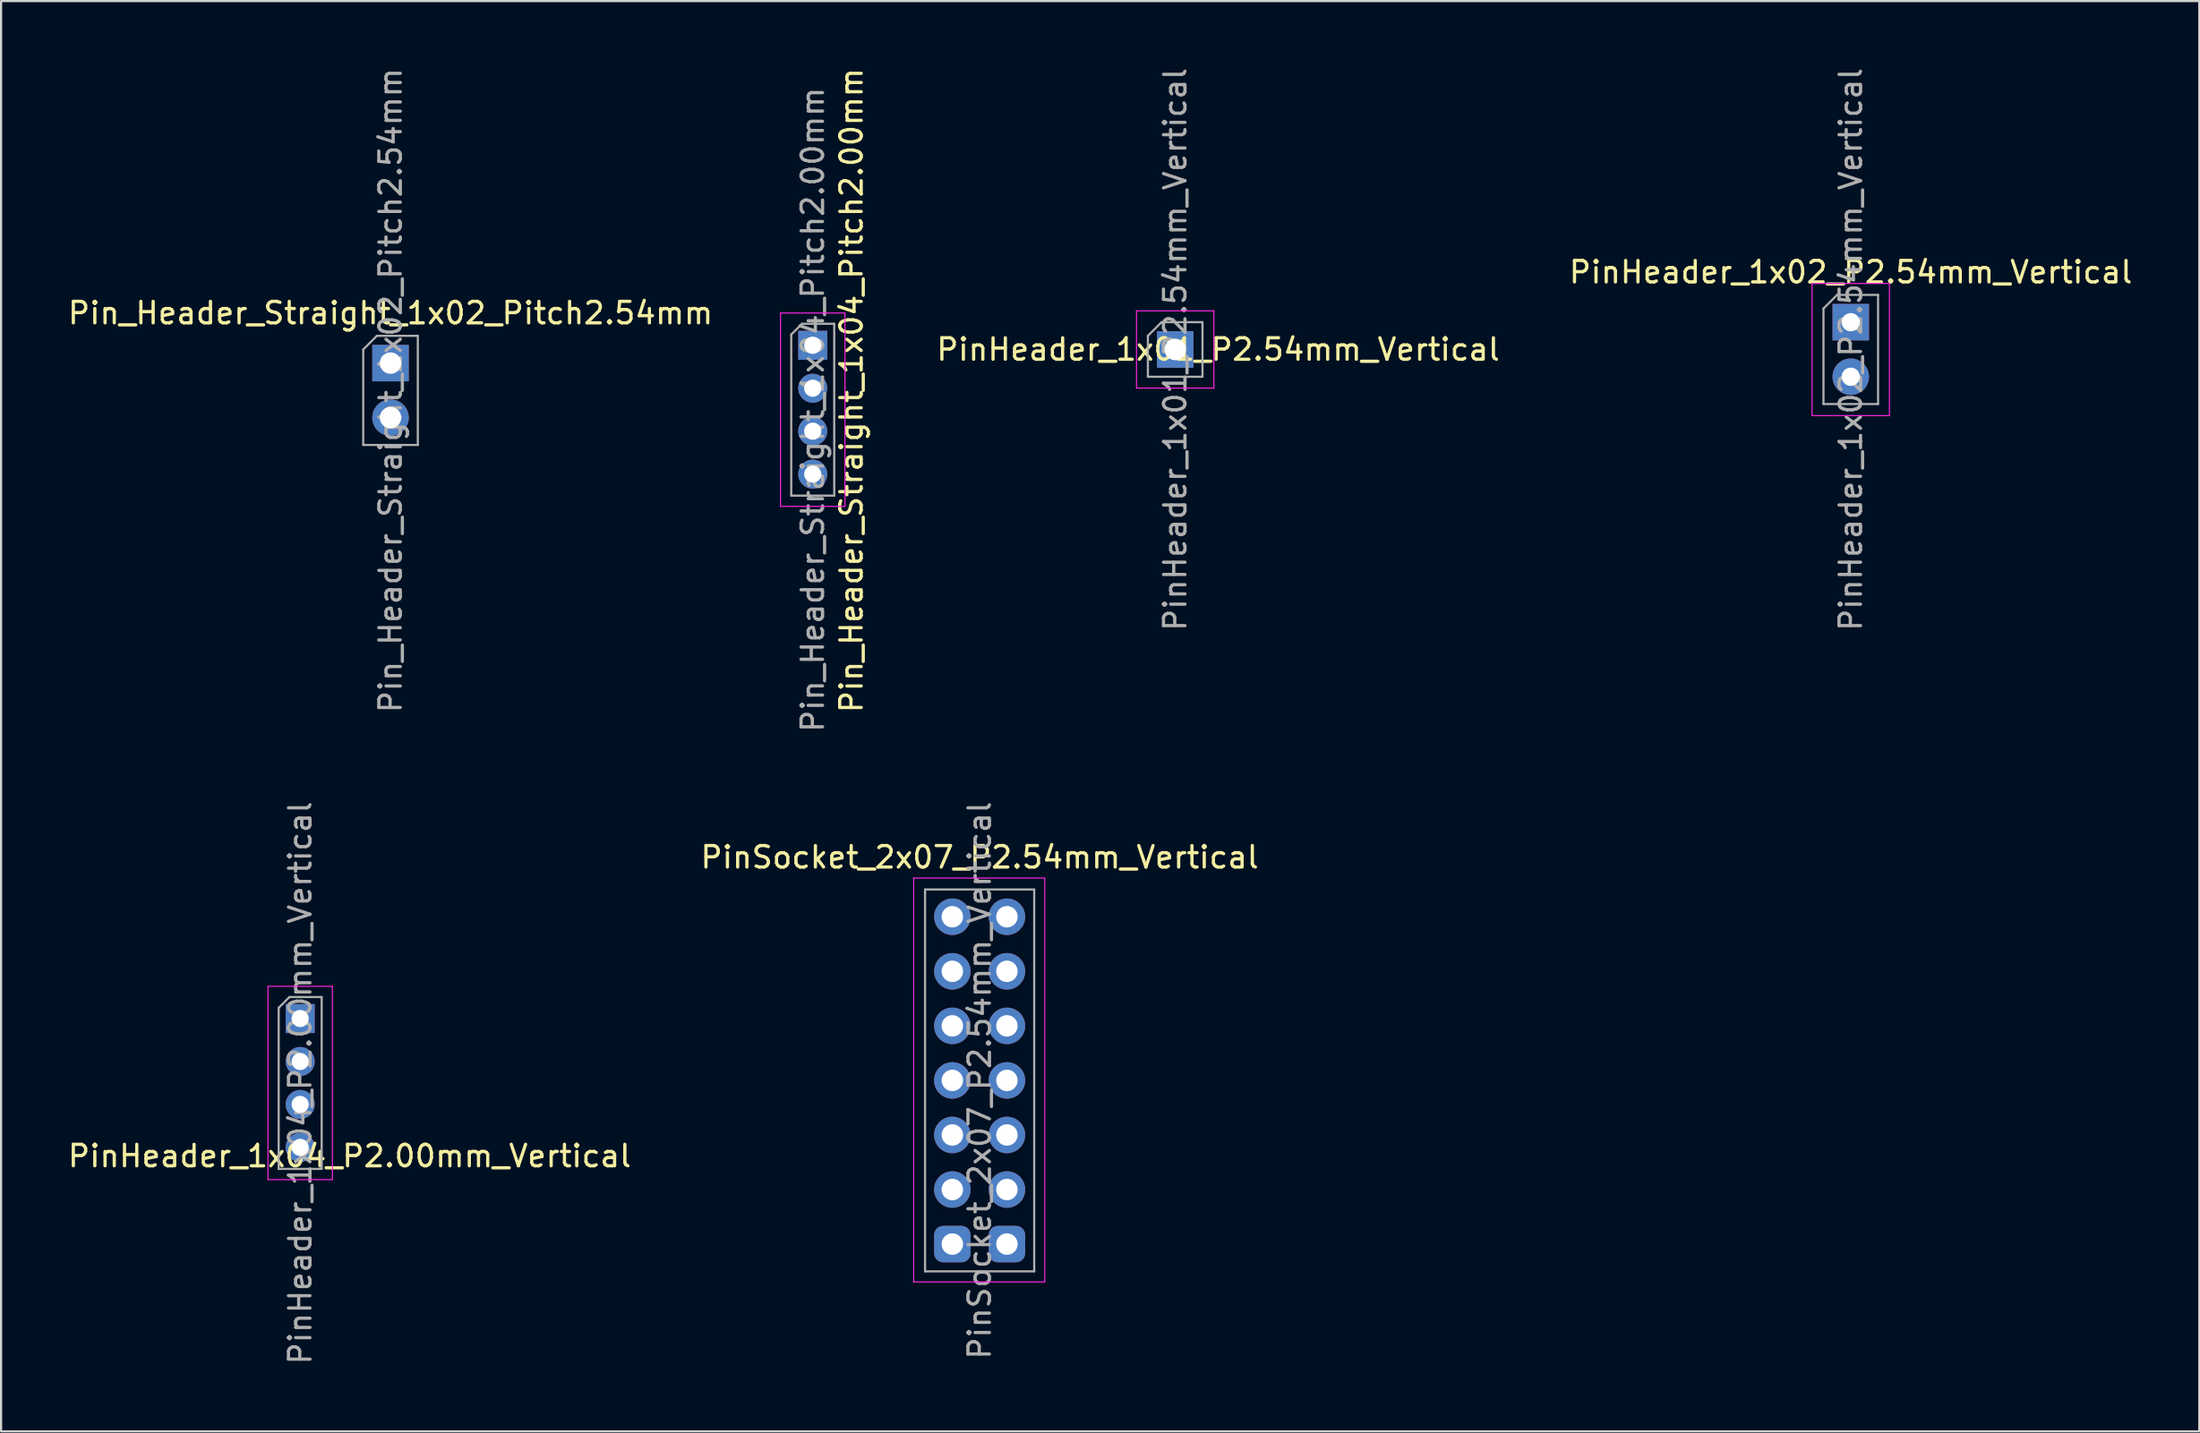
<source format=kicad_pcb>
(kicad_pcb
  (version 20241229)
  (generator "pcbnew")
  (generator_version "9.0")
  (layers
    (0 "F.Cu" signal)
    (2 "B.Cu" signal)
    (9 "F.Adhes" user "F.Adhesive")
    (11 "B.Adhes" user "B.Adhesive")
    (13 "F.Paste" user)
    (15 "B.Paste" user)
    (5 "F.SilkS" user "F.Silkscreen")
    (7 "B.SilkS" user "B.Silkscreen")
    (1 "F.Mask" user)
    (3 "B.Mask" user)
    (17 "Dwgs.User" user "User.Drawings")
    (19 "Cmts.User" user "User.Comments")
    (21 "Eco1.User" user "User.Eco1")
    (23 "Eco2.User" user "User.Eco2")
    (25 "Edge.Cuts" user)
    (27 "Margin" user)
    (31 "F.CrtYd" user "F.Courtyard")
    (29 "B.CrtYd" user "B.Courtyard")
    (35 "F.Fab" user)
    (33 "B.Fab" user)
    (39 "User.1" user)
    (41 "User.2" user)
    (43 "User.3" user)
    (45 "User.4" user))
  (footprint "Pin_Header_Straight_1x04_Pitch2.00mm"
    (layer "F.Cu")
    (at 34.775 13.025)
    (property "Reference" "Pin_Header_Straight_1x04_Pitch2.00mm" (at 1.8 2.1 270) (layer "F.SilkS") (effects (font (size 1 1) (thickness 0.15))))
    (attr through_hole)
    (fp_line (start -1.5 -1.5) (end -1.5 7.5) (stroke (width 0.05) (type solid)) (layer "F.CrtYd"))
    (fp_line (start -1.5 7.5) (end 1.5 7.5) (stroke (width 0.05) (type solid)) (layer "F.CrtYd"))
    (fp_line (start 1.5 -1.5) (end -1.5 -1.5) (stroke (width 0.05) (type solid)) (layer "F.CrtYd"))
    (fp_line (start 1.5 7.5) (end 1.5 -1.5) (stroke (width 0.05) (type solid)) (layer "F.CrtYd"))
    (fp_line (start -1 -0.5) (end -0.5 -1) (stroke (width 0.1) (type solid)) (layer "F.Fab"))
    (fp_line (start -1 7) (end -1 -0.5) (stroke (width 0.1) (type solid)) (layer "F.Fab"))
    (fp_line (start -0.5 -1) (end 1 -1) (stroke (width 0.1) (type solid)) (layer "F.Fab"))
    (fp_line (start 1 -1) (end 1 7) (stroke (width 0.1) (type solid)) (layer "F.Fab"))
    (fp_line (start 1 7) (end -1 7) (stroke (width 0.1) (type solid)) (layer "F.Fab"))
    (fp_text user "${REFERENCE}" (at 0 3 270) (layer "F.Fab") (effects (font (size 1 1) (thickness 0.15))))
    (pad "1" thru_hole rect (at 0 0) (size 1.35 1.35) (drill 0.8) (layers "*.Cu" "*.Mask"))
    (pad "2" thru_hole oval (at 0 2) (size 1.35 1.35) (drill 0.8) (layers "*.Cu" "*.Mask"))
    (pad "3" thru_hole oval (at 0 4) (size 1.35 1.35) (drill 0.8) (layers "*.Cu" "*.Mask"))
    (pad "4" thru_hole oval (at 0 6) (size 1.35 1.35) (drill 0.8) (layers "*.Cu" "*.Mask")))
  (footprint "PinSocket_2x07_P2.54mm_Vertical"
    (layer "F.Cu")
    (at 43.812 39.631)
    (property "Reference" "PinSocket_2x07_P2.54mm_Vertical" (at -1.27 -2.77 0) (layer "F.SilkS") (effects (font (size 1 1) (thickness 0.15))))
    (attr through_hole)
    (fp_line (start -4.34 -1.8) (end 1.76 -1.8) (stroke (width 0.05) (type solid)) (layer "F.CrtYd"))
    (fp_line (start -4.34 17) (end -4.34 -1.8) (stroke (width 0.05) (type solid)) (layer "F.CrtYd"))
    (fp_line (start 1.76 -1.8) (end 1.76 17) (stroke (width 0.05) (type solid)) (layer "F.CrtYd"))
    (fp_line (start 1.76 17) (end -4.34 17) (stroke (width 0.05) (type solid)) (layer "F.CrtYd"))
    (fp_line (start -3.81 -1.27) (end 1.27 -1.27) (stroke (width 0.1) (type solid)) (layer "F.Fab"))
    (fp_line (start -3.81 16.51) (end -3.81 -1.27) (stroke (width 0.1) (type solid)) (layer "F.Fab"))
    (fp_line (start 1.27 -1.27) (end 1.27 16.51) (stroke (width 0.1) (type solid)) (layer "F.Fab"))
    (fp_line (start 1.27 16.51) (end -3.81 16.51) (stroke (width 0.1) (type solid)) (layer "F.Fab"))
    (fp_text user "${REFERENCE}" (at -1.27 7.62 90) (layer "F.Fab") (effects (font (size 1 1) (thickness 0.15))))
    (pad "1" thru_hole circle (at 0 0) (size 1.7 1.7) (drill 1) (layers "*.Cu" "*.Mask"))
    (pad "2" thru_hole oval (at -2.54 0) (size 1.7 1.7) (drill 1) (layers "*.Cu" "*.Mask"))
    (pad "3" thru_hole oval (at 0 2.54) (size 1.7 1.7) (drill 1) (layers "*.Cu" "*.Mask"))
    (pad "4" thru_hole oval (at -2.54 2.54) (size 1.7 1.7) (drill 1) (layers "*.Cu" "*.Mask"))
    (pad "5" thru_hole oval (at 0 5.08) (size 1.7 1.7) (drill 1) (layers "*.Cu" "*.Mask"))
    (pad "6" thru_hole oval (at -2.54 5.08) (size 1.7 1.7) (drill 1) (layers "*.Cu" "*.Mask"))
    (pad "7" thru_hole oval (at 0 7.62) (size 1.7 1.7) (drill 1) (layers "*.Cu" "*.Mask"))
    (pad "8" thru_hole oval (at -2.54 7.62) (size 1.7 1.7) (drill 1) (layers "*.Cu" "*.Mask"))
    (pad "9" thru_hole oval (at 0 10.16) (size 1.7 1.7) (drill 1) (layers "*.Cu" "*.Mask"))
    (pad "10" thru_hole oval (at -2.54 10.16) (size 1.7 1.7) (drill 1) (layers "*.Cu" "*.Mask"))
    (pad "11" thru_hole oval (at 0 12.7) (size 1.7 1.7) (drill 1) (layers "*.Cu" "*.Mask"))
    (pad "12" thru_hole oval (at -2.54 12.7) (size 1.7 1.7) (drill 1) (layers "*.Cu" "*.Mask"))
    (pad "13" thru_hole roundrect (at 0 15.24) (size 1.7 1.7) (drill 1) (layers "*.Cu" "*.Mask") (roundrect_rratio 0.25))
    (pad "14" thru_hole roundrect (at -2.54 15.24) (size 1.7 1.7) (drill 1) (layers "*.Cu" "*.Mask") (roundrect_rratio 0.25)))
  (footprint "PinHeader_1x04_P2.00mm_Vertical"
    (layer "F.Cu")
    (at 10.92 44.37)
    (property "Reference" "PinHeader_1x04_P2.00mm_Vertical" (at 2.3 6.4 180) (layer "F.SilkS") (effects (font (size 1 1) (thickness 0.15))))
    (attr through_hole)
    (fp_line (start -1.5 -1.5) (end -1.5 7.5) (stroke (width 0.05) (type solid)) (layer "F.CrtYd"))
    (fp_line (start -1.5 7.5) (end 1.5 7.5) (stroke (width 0.05) (type solid)) (layer "F.CrtYd"))
    (fp_line (start 1.5 -1.5) (end -1.5 -1.5) (stroke (width 0.05) (type solid)) (layer "F.CrtYd"))
    (fp_line (start 1.5 7.5) (end 1.5 -1.5) (stroke (width 0.05) (type solid)) (layer "F.CrtYd"))
    (fp_line (start -1 -0.5) (end -0.5 -1) (stroke (width 0.1) (type solid)) (layer "F.Fab"))
    (fp_line (start -1 7) (end -1 -0.5) (stroke (width 0.1) (type solid)) (layer "F.Fab"))
    (fp_line (start -0.5 -1) (end 1 -1) (stroke (width 0.1) (type solid)) (layer "F.Fab"))
    (fp_line (start 1 -1) (end 1 7) (stroke (width 0.1) (type solid)) (layer "F.Fab"))
    (fp_line (start 1 7) (end -1 7) (stroke (width 0.1) (type solid)) (layer "F.Fab"))
    (fp_text user "${REFERENCE}" (at 0 3 270) (layer "F.Fab") (effects (font (size 1 1) (thickness 0.15))))
    (pad "1" thru_hole rect (at 0 0) (size 1.35 1.35) (drill 0.8) (layers "*.Cu" "*.Mask"))
    (pad "2" thru_hole oval (at 0 2) (size 1.35 1.35) (drill 0.8) (layers "*.Cu" "*.Mask"))
    (pad "3" thru_hole oval (at 0 4) (size 1.35 1.35) (drill 0.8) (layers "*.Cu" "*.Mask"))
    (pad "4" thru_hole oval (at 0 6) (size 1.35 1.35) (drill 0.8) (layers "*.Cu" "*.Mask")))
  (footprint "PinHeader_1x02_P2.54mm_Vertical"
    (layer "F.Cu")
    (at 83.084 11.95)
    (property "Reference" "PinHeader_1x02_P2.54mm_Vertical" (at 0 -2.33 180) (layer "F.SilkS") (effects (font (size 1 1) (thickness 0.15))))
    (attr through_hole)
    (fp_line (start -1.8 -1.8) (end -1.8 4.35) (stroke (width 0.05) (type solid)) (layer "F.CrtYd"))
    (fp_line (start -1.8 4.35) (end 1.8 4.35) (stroke (width 0.05) (type solid)) (layer "F.CrtYd"))
    (fp_line (start 1.8 -1.8) (end -1.8 -1.8) (stroke (width 0.05) (type solid)) (layer "F.CrtYd"))
    (fp_line (start 1.8 4.35) (end 1.8 -1.8) (stroke (width 0.05) (type solid)) (layer "F.CrtYd"))
    (fp_line (start -1.27 -0.635) (end -0.635 -1.27) (stroke (width 0.1) (type solid)) (layer "F.Fab"))
    (fp_line (start -1.27 3.81) (end -1.27 -0.635) (stroke (width 0.1) (type solid)) (layer "F.Fab"))
    (fp_line (start -0.635 -1.27) (end 1.27 -1.27) (stroke (width 0.1) (type solid)) (layer "F.Fab"))
    (fp_line (start 1.27 -1.27) (end 1.27 3.81) (stroke (width 0.1) (type solid)) (layer "F.Fab"))
    (fp_line (start 1.27 3.81) (end -1.27 3.81) (stroke (width 0.1) (type solid)) (layer "F.Fab"))
    (fp_text user "${REFERENCE}" (at 0 1.27 90) (layer "F.Fab") (effects (font (size 1 1) (thickness 0.15))))
    (pad "1" thru_hole rect (at 0 0) (size 1.7 1.7) (drill 0.85) (layers "*.Cu" "*.Mask"))
    (pad "2" thru_hole oval (at 0 2.54) (size 1.7 1.7) (drill 0.85) (layers "*.Cu" "*.Mask")))
  (footprint "Pin_Header_Straight_1x02_Pitch2.54mm"
    (layer "F.Cu")
    (at 15.125 13.855)
    (property "Reference" "Pin_Header_Straight_1x02_Pitch2.54mm" (at 0 -2.33 180) (layer "F.SilkS") (effects (font (size 1 1) (thickness 0.15))))
    (attr through_hole)
    (fp_line (start -1.27 -0.635) (end -0.635 -1.27) (stroke (width 0.1) (type solid)) (layer "F.Fab"))
    (fp_line (start -1.27 3.81) (end -1.27 -0.635) (stroke (width 0.1) (type solid)) (layer "F.Fab"))
    (fp_line (start -0.635 -1.27) (end 1.27 -1.27) (stroke (width 0.1) (type solid)) (layer "F.Fab"))
    (fp_line (start 1.27 -1.27) (end 1.27 3.81) (stroke (width 0.1) (type solid)) (layer "F.Fab"))
    (fp_line (start 1.27 3.81) (end -1.27 3.81) (stroke (width 0.1) (type solid)) (layer "F.Fab"))
    (fp_text user "${REFERENCE}" (at 0 1.27 90) (layer "F.Fab") (effects (font (size 1 1) (thickness 0.15))))
    (pad "1" thru_hole rect (at 0 0) (size 1.7 1.7) (drill 1) (layers "*.Cu" "*.Mask"))
    (pad "2" thru_hole oval (at 0 2.54) (size 1.7 1.7) (drill 1) (layers "*.Cu" "*.Mask")))
  (footprint "PinHeader_1x01_P2.54mm_Vertical"
    (layer "F.Cu")
    (at 51.643 13.22)
    (property "Reference" "PinHeader_1x01_P2.54mm_Vertical" (at 2 0 0) (layer "F.SilkS") (effects (font (size 1 1) (thickness 0.15))))
    (attr through_hole)
    (fp_line (start -1.8 -1.8) (end -1.8 1.8) (stroke (width 0.05) (type solid)) (layer "F.CrtYd"))
    (fp_line (start -1.8 1.8) (end 1.8 1.8) (stroke (width 0.05) (type solid)) (layer "F.CrtYd"))
    (fp_line (start 1.8 -1.8) (end -1.8 -1.8) (stroke (width 0.05) (type solid)) (layer "F.CrtYd"))
    (fp_line (start 1.8 1.8) (end 1.8 -1.8) (stroke (width 0.05) (type solid)) (layer "F.CrtYd"))
    (fp_line (start -1.27 -0.635) (end -0.635 -1.27) (stroke (width 0.1) (type solid)) (layer "F.Fab"))
    (fp_line (start -1.27 1.27) (end -1.27 -0.635) (stroke (width 0.1) (type solid)) (layer "F.Fab"))
    (fp_line (start -0.635 -1.27) (end 1.27 -1.27) (stroke (width 0.1) (type solid)) (layer "F.Fab"))
    (fp_line (start 1.27 -1.27) (end 1.27 1.27) (stroke (width 0.1) (type solid)) (layer "F.Fab"))
    (fp_line (start 1.27 1.27) (end -1.27 1.27) (stroke (width 0.1) (type solid)) (layer "F.Fab"))
    (fp_text user "${REFERENCE}" (at 0 0 90) (layer "F.Fab") (effects (font (size 1 1) (thickness 0.15))))
    (pad "1" thru_hole rect (at 0 0) (size 1.7 1.7) (drill 1) (layers "*.Cu" "*.Mask")))
  (gr_rect
    (start -3 -3)
    (end 99.304 63.59)
    (stroke (width 0.1) (type default))
    (fill no)
    (layer "Edge.Cuts")))
</source>
